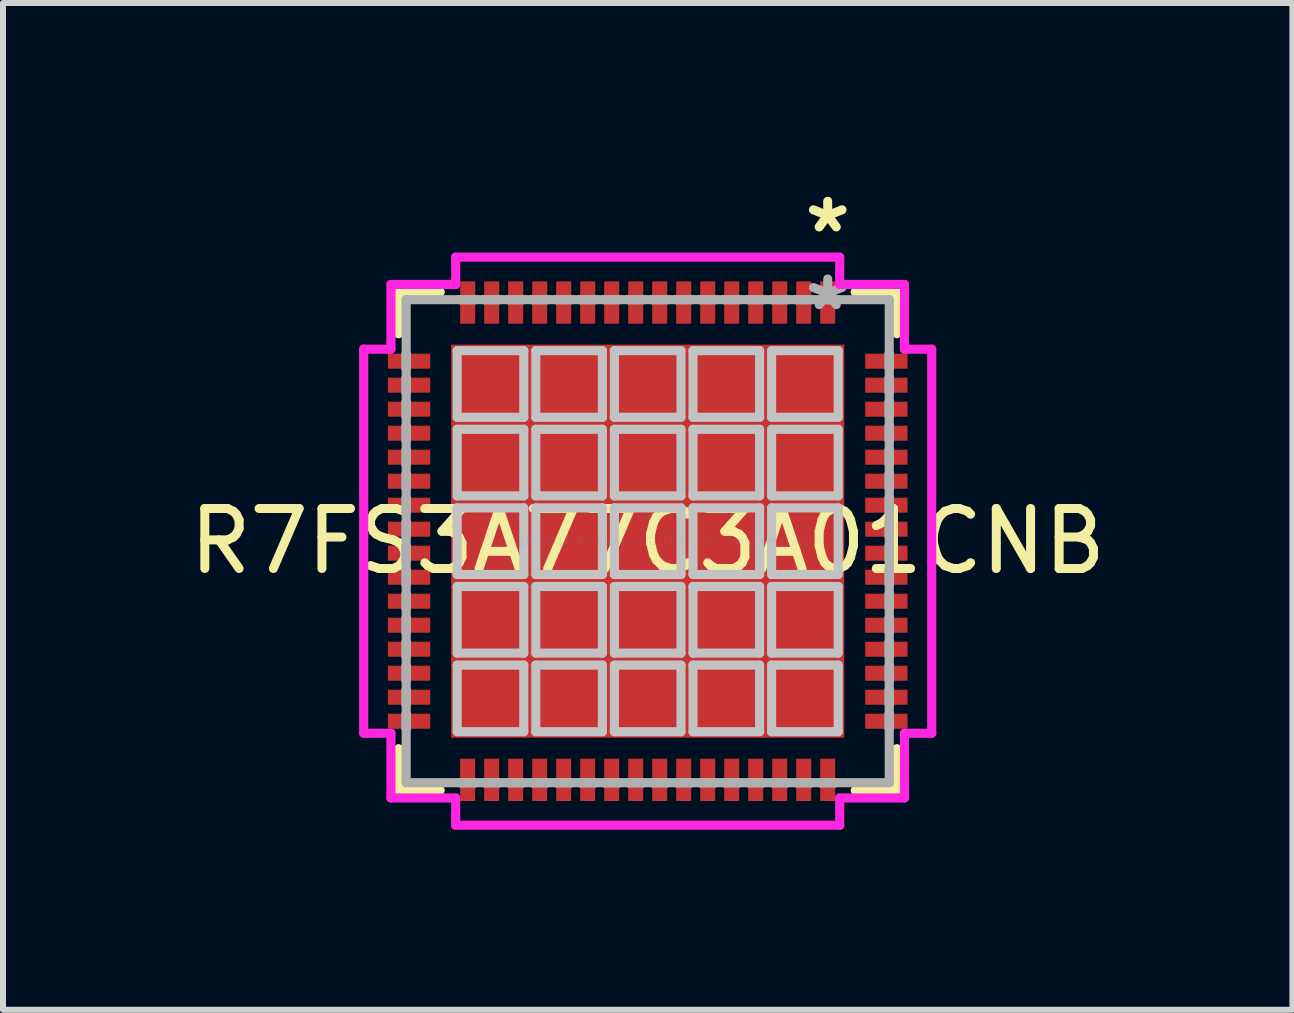
<source format=kicad_pcb>
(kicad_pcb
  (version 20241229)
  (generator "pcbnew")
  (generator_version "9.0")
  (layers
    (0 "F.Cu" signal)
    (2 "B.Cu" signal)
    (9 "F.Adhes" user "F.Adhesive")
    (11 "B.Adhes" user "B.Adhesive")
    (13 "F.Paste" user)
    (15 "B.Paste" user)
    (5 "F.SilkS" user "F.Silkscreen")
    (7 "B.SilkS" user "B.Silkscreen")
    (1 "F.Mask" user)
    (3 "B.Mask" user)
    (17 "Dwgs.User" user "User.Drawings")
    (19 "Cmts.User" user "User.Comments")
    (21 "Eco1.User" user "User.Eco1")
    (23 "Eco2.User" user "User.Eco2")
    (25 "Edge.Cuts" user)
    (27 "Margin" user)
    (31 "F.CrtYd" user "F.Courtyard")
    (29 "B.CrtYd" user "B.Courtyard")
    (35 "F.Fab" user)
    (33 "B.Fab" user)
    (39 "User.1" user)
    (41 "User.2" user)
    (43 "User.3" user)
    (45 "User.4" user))
  (footprint "R7FS3A77C3A01CNB"
    (layer "F.Cu")
    (at 7.744 5.969)
    (property "Reference" "R7FS3A77C3A01CNB" (at 0 0 0) (layer "F.SilkS") (effects (font (size 1 1) (thickness 0.15))))
    (attr through_hole)
    (fp_line (start -4.152 -4.152) (end -4.152 -3.458) (stroke (width 0.152) (type solid)) (layer "F.SilkS"))
    (fp_line (start -4.152 3.458) (end -4.152 4.152) (stroke (width 0.152) (type solid)) (layer "F.SilkS"))
    (fp_line (start -4.152 4.152) (end -3.458 4.152) (stroke (width 0.152) (type solid)) (layer "F.SilkS"))
    (fp_line (start -3.458 -4.152) (end -4.152 -4.152) (stroke (width 0.152) (type solid)) (layer "F.SilkS"))
    (fp_line (start 3.458 4.152) (end 4.152 4.152) (stroke (width 0.152) (type solid)) (layer "F.SilkS"))
    (fp_line (start 4.152 -4.152) (end 3.458 -4.152) (stroke (width 0.152) (type solid)) (layer "F.SilkS"))
    (fp_line (start 4.152 -3.458) (end 4.152 -4.152) (stroke (width 0.152) (type solid)) (layer "F.SilkS"))
    (fp_line (start 4.152 4.152) (end 4.152 3.458) (stroke (width 0.152) (type solid)) (layer "F.SilkS"))
    (fp_line (start -3.175 -3.175) (end -3.175 -2.065) (stroke (width 0.152) (type solid)) (layer "Dwgs.User"))
    (fp_line (start -3.175 -2.065) (end -2.065 -2.065) (stroke (width 0.152) (type solid)) (layer "Dwgs.User"))
    (fp_line (start -3.175 -1.865) (end -3.175 -0.755) (stroke (width 0.152) (type solid)) (layer "Dwgs.User"))
    (fp_line (start -3.175 -0.755) (end -2.065 -0.755) (stroke (width 0.152) (type solid)) (layer "Dwgs.User"))
    (fp_line (start -3.175 -0.555) (end -3.175 0.555) (stroke (width 0.152) (type solid)) (layer "Dwgs.User"))
    (fp_line (start -3.175 0.555) (end -2.065 0.555) (stroke (width 0.152) (type solid)) (layer "Dwgs.User"))
    (fp_line (start -3.175 0.755) (end -3.175 1.865) (stroke (width 0.152) (type solid)) (layer "Dwgs.User"))
    (fp_line (start -3.175 1.865) (end -2.065 1.865) (stroke (width 0.152) (type solid)) (layer "Dwgs.User"))
    (fp_line (start -3.175 2.065) (end -3.175 3.175) (stroke (width 0.152) (type solid)) (layer "Dwgs.User"))
    (fp_line (start -3.175 3.175) (end -2.065 3.175) (stroke (width 0.152) (type solid)) (layer "Dwgs.User"))
    (fp_line (start -2.065 -3.175) (end -3.175 -3.175) (stroke (width 0.152) (type solid)) (layer "Dwgs.User"))
    (fp_line (start -2.065 -2.065) (end -2.065 -3.175) (stroke (width 0.152) (type solid)) (layer "Dwgs.User"))
    (fp_line (start -2.065 -1.865) (end -3.175 -1.865) (stroke (width 0.152) (type solid)) (layer "Dwgs.User"))
    (fp_line (start -2.065 -0.755) (end -2.065 -1.865) (stroke (width 0.152) (type solid)) (layer "Dwgs.User"))
    (fp_line (start -2.065 -0.555) (end -3.175 -0.555) (stroke (width 0.152) (type solid)) (layer "Dwgs.User"))
    (fp_line (start -2.065 0.555) (end -2.065 -0.555) (stroke (width 0.152) (type solid)) (layer "Dwgs.User"))
    (fp_line (start -2.065 0.755) (end -3.175 0.755) (stroke (width 0.152) (type solid)) (layer "Dwgs.User"))
    (fp_line (start -2.065 1.865) (end -2.065 0.755) (stroke (width 0.152) (type solid)) (layer "Dwgs.User"))
    (fp_line (start -2.065 2.065) (end -3.175 2.065) (stroke (width 0.152) (type solid)) (layer "Dwgs.User"))
    (fp_line (start -2.065 3.175) (end -2.065 2.065) (stroke (width 0.152) (type solid)) (layer "Dwgs.User"))
    (fp_line (start -1.865 -3.175) (end -1.865 -2.065) (stroke (width 0.152) (type solid)) (layer "Dwgs.User"))
    (fp_line (start -1.865 -2.065) (end -0.755 -2.065) (stroke (width 0.152) (type solid)) (layer "Dwgs.User"))
    (fp_line (start -1.865 -1.865) (end -1.865 -0.755) (stroke (width 0.152) (type solid)) (layer "Dwgs.User"))
    (fp_line (start -1.865 -0.755) (end -0.755 -0.755) (stroke (width 0.152) (type solid)) (layer "Dwgs.User"))
    (fp_line (start -1.865 -0.555) (end -1.865 0.555) (stroke (width 0.152) (type solid)) (layer "Dwgs.User"))
    (fp_line (start -1.865 0.555) (end -0.755 0.555) (stroke (width 0.152) (type solid)) (layer "Dwgs.User"))
    (fp_line (start -1.865 0.755) (end -1.865 1.865) (stroke (width 0.152) (type solid)) (layer "Dwgs.User"))
    (fp_line (start -1.865 1.865) (end -0.755 1.865) (stroke (width 0.152) (type solid)) (layer "Dwgs.User"))
    (fp_line (start -1.865 2.065) (end -1.865 3.175) (stroke (width 0.152) (type solid)) (layer "Dwgs.User"))
    (fp_line (start -1.865 3.175) (end -0.755 3.175) (stroke (width 0.152) (type solid)) (layer "Dwgs.User"))
    (fp_line (start -0.755 -3.175) (end -1.865 -3.175) (stroke (width 0.152) (type solid)) (layer "Dwgs.User"))
    (fp_line (start -0.755 -2.065) (end -0.755 -3.175) (stroke (width 0.152) (type solid)) (layer "Dwgs.User"))
    (fp_line (start -0.755 -1.865) (end -1.865 -1.865) (stroke (width 0.152) (type solid)) (layer "Dwgs.User"))
    (fp_line (start -0.755 -0.755) (end -0.755 -1.865) (stroke (width 0.152) (type solid)) (layer "Dwgs.User"))
    (fp_line (start -0.755 -0.555) (end -1.865 -0.555) (stroke (width 0.152) (type solid)) (layer "Dwgs.User"))
    (fp_line (start -0.755 0.555) (end -0.755 -0.555) (stroke (width 0.152) (type solid)) (layer "Dwgs.User"))
    (fp_line (start -0.755 0.755) (end -1.865 0.755) (stroke (width 0.152) (type solid)) (layer "Dwgs.User"))
    (fp_line (start -0.755 1.865) (end -0.755 0.755) (stroke (width 0.152) (type solid)) (layer "Dwgs.User"))
    (fp_line (start -0.755 2.065) (end -1.865 2.065) (stroke (width 0.152) (type solid)) (layer "Dwgs.User"))
    (fp_line (start -0.755 3.175) (end -0.755 2.065) (stroke (width 0.152) (type solid)) (layer "Dwgs.User"))
    (fp_line (start -0.555 -3.175) (end -0.555 -2.065) (stroke (width 0.152) (type solid)) (layer "Dwgs.User"))
    (fp_line (start -0.555 -2.065) (end 0.555 -2.065) (stroke (width 0.152) (type solid)) (layer "Dwgs.User"))
    (fp_line (start -0.555 -1.865) (end -0.555 -0.755) (stroke (width 0.152) (type solid)) (layer "Dwgs.User"))
    (fp_line (start -0.555 -0.755) (end 0.555 -0.755) (stroke (width 0.152) (type solid)) (layer "Dwgs.User"))
    (fp_line (start -0.555 -0.555) (end -0.555 0.555) (stroke (width 0.152) (type solid)) (layer "Dwgs.User"))
    (fp_line (start -0.555 0.555) (end 0.555 0.555) (stroke (width 0.152) (type solid)) (layer "Dwgs.User"))
    (fp_line (start -0.555 0.755) (end -0.555 1.865) (stroke (width 0.152) (type solid)) (layer "Dwgs.User"))
    (fp_line (start -0.555 1.865) (end 0.555 1.865) (stroke (width 0.152) (type solid)) (layer "Dwgs.User"))
    (fp_line (start -0.555 2.065) (end -0.555 3.175) (stroke (width 0.152) (type solid)) (layer "Dwgs.User"))
    (fp_line (start -0.555 3.175) (end 0.555 3.175) (stroke (width 0.152) (type solid)) (layer "Dwgs.User"))
    (fp_line (start 0.555 -3.175) (end -0.555 -3.175) (stroke (width 0.152) (type solid)) (layer "Dwgs.User"))
    (fp_line (start 0.555 -2.065) (end 0.555 -3.175) (stroke (width 0.152) (type solid)) (layer "Dwgs.User"))
    (fp_line (start 0.555 -1.865) (end -0.555 -1.865) (stroke (width 0.152) (type solid)) (layer "Dwgs.User"))
    (fp_line (start 0.555 -0.755) (end 0.555 -1.865) (stroke (width 0.152) (type solid)) (layer "Dwgs.User"))
    (fp_line (start 0.555 -0.555) (end -0.555 -0.555) (stroke (width 0.152) (type solid)) (layer "Dwgs.User"))
    (fp_line (start 0.555 0.555) (end 0.555 -0.555) (stroke (width 0.152) (type solid)) (layer "Dwgs.User"))
    (fp_line (start 0.555 0.755) (end -0.555 0.755) (stroke (width 0.152) (type solid)) (layer "Dwgs.User"))
    (fp_line (start 0.555 1.865) (end 0.555 0.755) (stroke (width 0.152) (type solid)) (layer "Dwgs.User"))
    (fp_line (start 0.555 2.065) (end -0.555 2.065) (stroke (width 0.152) (type solid)) (layer "Dwgs.User"))
    (fp_line (start 0.555 3.175) (end 0.555 2.065) (stroke (width 0.152) (type solid)) (layer "Dwgs.User"))
    (fp_line (start 0.755 -3.175) (end 0.755 -2.065) (stroke (width 0.152) (type solid)) (layer "Dwgs.User"))
    (fp_line (start 0.755 -2.065) (end 1.865 -2.065) (stroke (width 0.152) (type solid)) (layer "Dwgs.User"))
    (fp_line (start 0.755 -1.865) (end 0.755 -0.755) (stroke (width 0.152) (type solid)) (layer "Dwgs.User"))
    (fp_line (start 0.755 -0.755) (end 1.865 -0.755) (stroke (width 0.152) (type solid)) (layer "Dwgs.User"))
    (fp_line (start 0.755 -0.555) (end 0.755 0.555) (stroke (width 0.152) (type solid)) (layer "Dwgs.User"))
    (fp_line (start 0.755 0.555) (end 1.865 0.555) (stroke (width 0.152) (type solid)) (layer "Dwgs.User"))
    (fp_line (start 0.755 0.755) (end 0.755 1.865) (stroke (width 0.152) (type solid)) (layer "Dwgs.User"))
    (fp_line (start 0.755 1.865) (end 1.865 1.865) (stroke (width 0.152) (type solid)) (layer "Dwgs.User"))
    (fp_line (start 0.755 2.065) (end 0.755 3.175) (stroke (width 0.152) (type solid)) (layer "Dwgs.User"))
    (fp_line (start 0.755 3.175) (end 1.865 3.175) (stroke (width 0.152) (type solid)) (layer "Dwgs.User"))
    (fp_line (start 1.865 -3.175) (end 0.755 -3.175) (stroke (width 0.152) (type solid)) (layer "Dwgs.User"))
    (fp_line (start 1.865 -2.065) (end 1.865 -3.175) (stroke (width 0.152) (type solid)) (layer "Dwgs.User"))
    (fp_line (start 1.865 -1.865) (end 0.755 -1.865) (stroke (width 0.152) (type solid)) (layer "Dwgs.User"))
    (fp_line (start 1.865 -0.755) (end 1.865 -1.865) (stroke (width 0.152) (type solid)) (layer "Dwgs.User"))
    (fp_line (start 1.865 -0.555) (end 0.755 -0.555) (stroke (width 0.152) (type solid)) (layer "Dwgs.User"))
    (fp_line (start 1.865 0.555) (end 1.865 -0.555) (stroke (width 0.152) (type solid)) (layer "Dwgs.User"))
    (fp_line (start 1.865 0.755) (end 0.755 0.755) (stroke (width 0.152) (type solid)) (layer "Dwgs.User"))
    (fp_line (start 1.865 1.865) (end 1.865 0.755) (stroke (width 0.152) (type solid)) (layer "Dwgs.User"))
    (fp_line (start 1.865 2.065) (end 0.755 2.065) (stroke (width 0.152) (type solid)) (layer "Dwgs.User"))
    (fp_line (start 1.865 3.175) (end 1.865 2.065) (stroke (width 0.152) (type solid)) (layer "Dwgs.User"))
    (fp_line (start 2.065 -3.175) (end 2.065 -2.065) (stroke (width 0.152) (type solid)) (layer "Dwgs.User"))
    (fp_line (start 2.065 -2.065) (end 3.175 -2.065) (stroke (width 0.152) (type solid)) (layer "Dwgs.User"))
    (fp_line (start 2.065 -1.865) (end 2.065 -0.755) (stroke (width 0.152) (type solid)) (layer "Dwgs.User"))
    (fp_line (start 2.065 -0.755) (end 3.175 -0.755) (stroke (width 0.152) (type solid)) (layer "Dwgs.User"))
    (fp_line (start 2.065 -0.555) (end 2.065 0.555) (stroke (width 0.152) (type solid)) (layer "Dwgs.User"))
    (fp_line (start 2.065 0.555) (end 3.175 0.555) (stroke (width 0.152) (type solid)) (layer "Dwgs.User"))
    (fp_line (start 2.065 0.755) (end 2.065 1.865) (stroke (width 0.152) (type solid)) (layer "Dwgs.User"))
    (fp_line (start 2.065 1.865) (end 3.175 1.865) (stroke (width 0.152) (type solid)) (layer "Dwgs.User"))
    (fp_line (start 2.065 2.065) (end 2.065 3.175) (stroke (width 0.152) (type solid)) (layer "Dwgs.User"))
    (fp_line (start 2.065 3.175) (end 3.175 3.175) (stroke (width 0.152) (type solid)) (layer "Dwgs.User"))
    (fp_line (start 3.175 -3.175) (end 2.065 -3.175) (stroke (width 0.152) (type solid)) (layer "Dwgs.User"))
    (fp_line (start 3.175 -2.065) (end 3.175 -3.175) (stroke (width 0.152) (type solid)) (layer "Dwgs.User"))
    (fp_line (start 3.175 -1.865) (end 2.065 -1.865) (stroke (width 0.152) (type solid)) (layer "Dwgs.User"))
    (fp_line (start 3.175 -0.755) (end 3.175 -1.865) (stroke (width 0.152) (type solid)) (layer "Dwgs.User"))
    (fp_line (start 3.175 -0.555) (end 2.065 -0.555) (stroke (width 0.152) (type solid)) (layer "Dwgs.User"))
    (fp_line (start 3.175 0.555) (end 3.175 -0.555) (stroke (width 0.152) (type solid)) (layer "Dwgs.User"))
    (fp_line (start 3.175 0.755) (end 2.065 0.755) (stroke (width 0.152) (type solid)) (layer "Dwgs.User"))
    (fp_line (start 3.175 1.865) (end 3.175 0.755) (stroke (width 0.152) (type solid)) (layer "Dwgs.User"))
    (fp_line (start 3.175 2.065) (end 2.065 2.065) (stroke (width 0.152) (type solid)) (layer "Dwgs.User"))
    (fp_line (start 3.175 3.175) (end 3.175 2.065) (stroke (width 0.152) (type solid)) (layer "Dwgs.User"))
    (fp_line (start -4.733 -3.2) (end -4.279 -3.2) (stroke (width 0.152) (type solid)) (layer "F.CrtYd"))
    (fp_line (start -4.733 3.2) (end -4.733 -3.2) (stroke (width 0.152) (type solid)) (layer "F.CrtYd"))
    (fp_line (start -4.279 -4.279) (end -3.2 -4.279) (stroke (width 0.152) (type solid)) (layer "F.CrtYd"))
    (fp_line (start -4.279 -3.2) (end -4.279 -4.279) (stroke (width 0.152) (type solid)) (layer "F.CrtYd"))
    (fp_line (start -4.279 3.2) (end -4.733 3.2) (stroke (width 0.152) (type solid)) (layer "F.CrtYd"))
    (fp_line (start -4.279 4.279) (end -4.279 3.2) (stroke (width 0.152) (type solid)) (layer "F.CrtYd"))
    (fp_line (start -3.2 -4.733) (end 3.2 -4.733) (stroke (width 0.152) (type solid)) (layer "F.CrtYd"))
    (fp_line (start -3.2 -4.279) (end -3.2 -4.733) (stroke (width 0.152) (type solid)) (layer "F.CrtYd"))
    (fp_line (start -3.2 4.279) (end -4.279 4.279) (stroke (width 0.152) (type solid)) (layer "F.CrtYd"))
    (fp_line (start -3.2 4.733) (end -3.2 4.279) (stroke (width 0.152) (type solid)) (layer "F.CrtYd"))
    (fp_line (start 3.2 -4.733) (end 3.2 -4.279) (stroke (width 0.152) (type solid)) (layer "F.CrtYd"))
    (fp_line (start 3.2 -4.279) (end 4.279 -4.279) (stroke (width 0.152) (type solid)) (layer "F.CrtYd"))
    (fp_line (start 3.2 4.279) (end 3.2 4.733) (stroke (width 0.152) (type solid)) (layer "F.CrtYd"))
    (fp_line (start 3.2 4.733) (end -3.2 4.733) (stroke (width 0.152) (type solid)) (layer "F.CrtYd"))
    (fp_line (start 4.279 -4.279) (end 4.279 -3.2) (stroke (width 0.152) (type solid)) (layer "F.CrtYd"))
    (fp_line (start 4.279 -3.2) (end 4.733 -3.2) (stroke (width 0.152) (type solid)) (layer "F.CrtYd"))
    (fp_line (start 4.279 3.2) (end 4.279 4.279) (stroke (width 0.152) (type solid)) (layer "F.CrtYd"))
    (fp_line (start 4.279 4.279) (end 3.2 4.279) (stroke (width 0.152) (type solid)) (layer "F.CrtYd"))
    (fp_line (start 4.733 -3.2) (end 4.733 3.2) (stroke (width 0.152) (type solid)) (layer "F.CrtYd"))
    (fp_line (start 4.733 3.2) (end 4.279 3.2) (stroke (width 0.152) (type solid)) (layer "F.CrtYd"))
    (fp_line (start -4.025 -4.025) (end -4.025 4.025) (stroke (width 0.152) (type solid)) (layer "F.Fab"))
    (fp_line (start -4.025 -3.125) (end -4.025 -3.125) (stroke (width 0.152) (type solid)) (layer "F.Fab"))
    (fp_line (start -4.025 -3.125) (end -4.025 -2.875) (stroke (width 0.152) (type solid)) (layer "F.Fab"))
    (fp_line (start -4.025 -2.875) (end -4.025 -3.125) (stroke (width 0.152) (type solid)) (layer "F.Fab"))
    (fp_line (start -4.025 -2.875) (end -4.025 -2.875) (stroke (width 0.152) (type solid)) (layer "F.Fab"))
    (fp_line (start -4.025 -2.725) (end -4.025 -2.725) (stroke (width 0.152) (type solid)) (layer "F.Fab"))
    (fp_line (start -4.025 -2.725) (end -4.025 -2.475) (stroke (width 0.152) (type solid)) (layer "F.Fab"))
    (fp_line (start -4.025 -2.475) (end -4.025 -2.725) (stroke (width 0.152) (type solid)) (layer "F.Fab"))
    (fp_line (start -4.025 -2.475) (end -4.025 -2.475) (stroke (width 0.152) (type solid)) (layer "F.Fab"))
    (fp_line (start -4.025 -2.325) (end -4.025 -2.325) (stroke (width 0.152) (type solid)) (layer "F.Fab"))
    (fp_line (start -4.025 -2.325) (end -4.025 -2.075) (stroke (width 0.152) (type solid)) (layer "F.Fab"))
    (fp_line (start -4.025 -2.075) (end -4.025 -2.325) (stroke (width 0.152) (type solid)) (layer "F.Fab"))
    (fp_line (start -4.025 -2.075) (end -4.025 -2.075) (stroke (width 0.152) (type solid)) (layer "F.Fab"))
    (fp_line (start -4.025 -1.925) (end -4.025 -1.925) (stroke (width 0.152) (type solid)) (layer "F.Fab"))
    (fp_line (start -4.025 -1.925) (end -4.025 -1.675) (stroke (width 0.152) (type solid)) (layer "F.Fab"))
    (fp_line (start -4.025 -1.675) (end -4.025 -1.925) (stroke (width 0.152) (type solid)) (layer "F.Fab"))
    (fp_line (start -4.025 -1.675) (end -4.025 -1.675) (stroke (width 0.152) (type solid)) (layer "F.Fab"))
    (fp_line (start -4.025 -1.525) (end -4.025 -1.525) (stroke (width 0.152) (type solid)) (layer "F.Fab"))
    (fp_line (start -4.025 -1.525) (end -4.025 -1.275) (stroke (width 0.152) (type solid)) (layer "F.Fab"))
    (fp_line (start -4.025 -1.275) (end -4.025 -1.525) (stroke (width 0.152) (type solid)) (layer "F.Fab"))
    (fp_line (start -4.025 -1.275) (end -4.025 -1.275) (stroke (width 0.152) (type solid)) (layer "F.Fab"))
    (fp_line (start -4.025 -1.125) (end -4.025 -1.125) (stroke (width 0.152) (type solid)) (layer "F.Fab"))
    (fp_line (start -4.025 -1.125) (end -4.025 -0.875) (stroke (width 0.152) (type solid)) (layer "F.Fab"))
    (fp_line (start -4.025 -0.875) (end -4.025 -1.125) (stroke (width 0.152) (type solid)) (layer "F.Fab"))
    (fp_line (start -4.025 -0.875) (end -4.025 -0.875) (stroke (width 0.152) (type solid)) (layer "F.Fab"))
    (fp_line (start -4.025 -0.725) (end -4.025 -0.725) (stroke (width 0.152) (type solid)) (layer "F.Fab"))
    (fp_line (start -4.025 -0.725) (end -4.025 -0.475) (stroke (width 0.152) (type solid)) (layer "F.Fab"))
    (fp_line (start -4.025 -0.475) (end -4.025 -0.725) (stroke (width 0.152) (type solid)) (layer "F.Fab"))
    (fp_line (start -4.025 -0.475) (end -4.025 -0.475) (stroke (width 0.152) (type solid)) (layer "F.Fab"))
    (fp_line (start -4.025 -0.325) (end -4.025 -0.325) (stroke (width 0.152) (type solid)) (layer "F.Fab"))
    (fp_line (start -4.025 -0.325) (end -4.025 -0.075) (stroke (width 0.152) (type solid)) (layer "F.Fab"))
    (fp_line (start -4.025 -0.075) (end -4.025 -0.325) (stroke (width 0.152) (type solid)) (layer "F.Fab"))
    (fp_line (start -4.025 -0.075) (end -4.025 -0.075) (stroke (width 0.152) (type solid)) (layer "F.Fab"))
    (fp_line (start -4.025 0.075) (end -4.025 0.075) (stroke (width 0.152) (type solid)) (layer "F.Fab"))
    (fp_line (start -4.025 0.075) (end -4.025 0.325) (stroke (width 0.152) (type solid)) (layer "F.Fab"))
    (fp_line (start -4.025 0.325) (end -4.025 0.075) (stroke (width 0.152) (type solid)) (layer "F.Fab"))
    (fp_line (start -4.025 0.325) (end -4.025 0.325) (stroke (width 0.152) (type solid)) (layer "F.Fab"))
    (fp_line (start -4.025 0.475) (end -4.025 0.475) (stroke (width 0.152) (type solid)) (layer "F.Fab"))
    (fp_line (start -4.025 0.475) (end -4.025 0.725) (stroke (width 0.152) (type solid)) (layer "F.Fab"))
    (fp_line (start -4.025 0.725) (end -4.025 0.475) (stroke (width 0.152) (type solid)) (layer "F.Fab"))
    (fp_line (start -4.025 0.725) (end -4.025 0.725) (stroke (width 0.152) (type solid)) (layer "F.Fab"))
    (fp_line (start -4.025 0.875) (end -4.025 0.875) (stroke (width 0.152) (type solid)) (layer "F.Fab"))
    (fp_line (start -4.025 0.875) (end -4.025 1.125) (stroke (width 0.152) (type solid)) (layer "F.Fab"))
    (fp_line (start -4.025 1.125) (end -4.025 0.875) (stroke (width 0.152) (type solid)) (layer "F.Fab"))
    (fp_line (start -4.025 1.125) (end -4.025 1.125) (stroke (width 0.152) (type solid)) (layer "F.Fab"))
    (fp_line (start -4.025 1.275) (end -4.025 1.275) (stroke (width 0.152) (type solid)) (layer "F.Fab"))
    (fp_line (start -4.025 1.275) (end -4.025 1.525) (stroke (width 0.152) (type solid)) (layer "F.Fab"))
    (fp_line (start -4.025 1.525) (end -4.025 1.275) (stroke (width 0.152) (type solid)) (layer "F.Fab"))
    (fp_line (start -4.025 1.525) (end -4.025 1.525) (stroke (width 0.152) (type solid)) (layer "F.Fab"))
    (fp_line (start -4.025 1.675) (end -4.025 1.675) (stroke (width 0.152) (type solid)) (layer "F.Fab"))
    (fp_line (start -4.025 1.675) (end -4.025 1.925) (stroke (width 0.152) (type solid)) (layer "F.Fab"))
    (fp_line (start -4.025 1.925) (end -4.025 1.675) (stroke (width 0.152) (type solid)) (layer "F.Fab"))
    (fp_line (start -4.025 1.925) (end -4.025 1.925) (stroke (width 0.152) (type solid)) (layer "F.Fab"))
    (fp_line (start -4.025 2.075) (end -4.025 2.075) (stroke (width 0.152) (type solid)) (layer "F.Fab"))
    (fp_line (start -4.025 2.075) (end -4.025 2.325) (stroke (width 0.152) (type solid)) (layer "F.Fab"))
    (fp_line (start -4.025 2.325) (end -4.025 2.075) (stroke (width 0.152) (type solid)) (layer "F.Fab"))
    (fp_line (start -4.025 2.325) (end -4.025 2.325) (stroke (width 0.152) (type solid)) (layer "F.Fab"))
    (fp_line (start -4.025 2.475) (end -4.025 2.475) (stroke (width 0.152) (type solid)) (layer "F.Fab"))
    (fp_line (start -4.025 2.475) (end -4.025 2.725) (stroke (width 0.152) (type solid)) (layer "F.Fab"))
    (fp_line (start -4.025 2.725) (end -4.025 2.475) (stroke (width 0.152) (type solid)) (layer "F.Fab"))
    (fp_line (start -4.025 2.725) (end -4.025 2.725) (stroke (width 0.152) (type solid)) (layer "F.Fab"))
    (fp_line (start -4.025 2.875) (end -4.025 2.875) (stroke (width 0.152) (type solid)) (layer "F.Fab"))
    (fp_line (start -4.025 2.875) (end -4.025 3.125) (stroke (width 0.152) (type solid)) (layer "F.Fab"))
    (fp_line (start -4.025 3.125) (end -4.025 2.875) (stroke (width 0.152) (type solid)) (layer "F.Fab"))
    (fp_line (start -4.025 3.125) (end -4.025 3.125) (stroke (width 0.152) (type solid)) (layer "F.Fab"))
    (fp_line (start -4.025 4.025) (end 4.025 4.025) (stroke (width 0.152) (type solid)) (layer "F.Fab"))
    (fp_line (start -3.125 -4.025) (end -3.125 -4.025) (stroke (width 0.152) (type solid)) (layer "F.Fab"))
    (fp_line (start -3.125 -4.025) (end -2.875 -4.025) (stroke (width 0.152) (type solid)) (layer "F.Fab"))
    (fp_line (start -3.125 4.025) (end -3.125 4.025) (stroke (width 0.152) (type solid)) (layer "F.Fab"))
    (fp_line (start -3.125 4.025) (end -2.875 4.025) (stroke (width 0.152) (type solid)) (layer "F.Fab"))
    (fp_line (start -2.875 -4.025) (end -3.125 -4.025) (stroke (width 0.152) (type solid)) (layer "F.Fab"))
    (fp_line (start -2.875 -4.025) (end -2.875 -4.025) (stroke (width 0.152) (type solid)) (layer "F.Fab"))
    (fp_line (start -2.875 4.025) (end -3.125 4.025) (stroke (width 0.152) (type solid)) (layer "F.Fab"))
    (fp_line (start -2.875 4.025) (end -2.875 4.025) (stroke (width 0.152) (type solid)) (layer "F.Fab"))
    (fp_line (start -2.725 -4.025) (end -2.725 -4.025) (stroke (width 0.152) (type solid)) (layer "F.Fab"))
    (fp_line (start -2.725 -4.025) (end -2.475 -4.025) (stroke (width 0.152) (type solid)) (layer "F.Fab"))
    (fp_line (start -2.725 4.025) (end -2.725 4.025) (stroke (width 0.152) (type solid)) (layer "F.Fab"))
    (fp_line (start -2.725 4.025) (end -2.475 4.025) (stroke (width 0.152) (type solid)) (layer "F.Fab"))
    (fp_line (start -2.475 -4.025) (end -2.725 -4.025) (stroke (width 0.152) (type solid)) (layer "F.Fab"))
    (fp_line (start -2.475 -4.025) (end -2.475 -4.025) (stroke (width 0.152) (type solid)) (layer "F.Fab"))
    (fp_line (start -2.475 4.025) (end -2.725 4.025) (stroke (width 0.152) (type solid)) (layer "F.Fab"))
    (fp_line (start -2.475 4.025) (end -2.475 4.025) (stroke (width 0.152) (type solid)) (layer "F.Fab"))
    (fp_line (start -2.325 -4.025) (end -2.325 -4.025) (stroke (width 0.152) (type solid)) (layer "F.Fab"))
    (fp_line (start -2.325 -4.025) (end -2.075 -4.025) (stroke (width 0.152) (type solid)) (layer "F.Fab"))
    (fp_line (start -2.325 4.025) (end -2.325 4.025) (stroke (width 0.152) (type solid)) (layer "F.Fab"))
    (fp_line (start -2.325 4.025) (end -2.075 4.025) (stroke (width 0.152) (type solid)) (layer "F.Fab"))
    (fp_line (start -2.075 -4.025) (end -2.325 -4.025) (stroke (width 0.152) (type solid)) (layer "F.Fab"))
    (fp_line (start -2.075 -4.025) (end -2.075 -4.025) (stroke (width 0.152) (type solid)) (layer "F.Fab"))
    (fp_line (start -2.075 4.025) (end -2.325 4.025) (stroke (width 0.152) (type solid)) (layer "F.Fab"))
    (fp_line (start -2.075 4.025) (end -2.075 4.025) (stroke (width 0.152) (type solid)) (layer "F.Fab"))
    (fp_line (start -1.925 -4.025) (end -1.925 -4.025) (stroke (width 0.152) (type solid)) (layer "F.Fab"))
    (fp_line (start -1.925 -4.025) (end -1.675 -4.025) (stroke (width 0.152) (type solid)) (layer "F.Fab"))
    (fp_line (start -1.925 4.025) (end -1.925 4.025) (stroke (width 0.152) (type solid)) (layer "F.Fab"))
    (fp_line (start -1.925 4.025) (end -1.675 4.025) (stroke (width 0.152) (type solid)) (layer "F.Fab"))
    (fp_line (start -1.675 -4.025) (end -1.925 -4.025) (stroke (width 0.152) (type solid)) (layer "F.Fab"))
    (fp_line (start -1.675 -4.025) (end -1.675 -4.025) (stroke (width 0.152) (type solid)) (layer "F.Fab"))
    (fp_line (start -1.675 4.025) (end -1.925 4.025) (stroke (width 0.152) (type solid)) (layer "F.Fab"))
    (fp_line (start -1.675 4.025) (end -1.675 4.025) (stroke (width 0.152) (type solid)) (layer "F.Fab"))
    (fp_line (start -1.525 -4.025) (end -1.525 -4.025) (stroke (width 0.152) (type solid)) (layer "F.Fab"))
    (fp_line (start -1.525 -4.025) (end -1.275 -4.025) (stroke (width 0.152) (type solid)) (layer "F.Fab"))
    (fp_line (start -1.525 4.025) (end -1.525 4.025) (stroke (width 0.152) (type solid)) (layer "F.Fab"))
    (fp_line (start -1.525 4.025) (end -1.275 4.025) (stroke (width 0.152) (type solid)) (layer "F.Fab"))
    (fp_line (start -1.275 -4.025) (end -1.525 -4.025) (stroke (width 0.152) (type solid)) (layer "F.Fab"))
    (fp_line (start -1.275 -4.025) (end -1.275 -4.025) (stroke (width 0.152) (type solid)) (layer "F.Fab"))
    (fp_line (start -1.275 4.025) (end -1.525 4.025) (stroke (width 0.152) (type solid)) (layer "F.Fab"))
    (fp_line (start -1.275 4.025) (end -1.275 4.025) (stroke (width 0.152) (type solid)) (layer "F.Fab"))
    (fp_line (start -1.125 -4.025) (end -1.125 -4.025) (stroke (width 0.152) (type solid)) (layer "F.Fab"))
    (fp_line (start -1.125 -4.025) (end -0.875 -4.025) (stroke (width 0.152) (type solid)) (layer "F.Fab"))
    (fp_line (start -1.125 4.025) (end -1.125 4.025) (stroke (width 0.152) (type solid)) (layer "F.Fab"))
    (fp_line (start -1.125 4.025) (end -0.875 4.025) (stroke (width 0.152) (type solid)) (layer "F.Fab"))
    (fp_line (start -0.875 -4.025) (end -1.125 -4.025) (stroke (width 0.152) (type solid)) (layer "F.Fab"))
    (fp_line (start -0.875 -4.025) (end -0.875 -4.025) (stroke (width 0.152) (type solid)) (layer "F.Fab"))
    (fp_line (start -0.875 4.025) (end -1.125 4.025) (stroke (width 0.152) (type solid)) (layer "F.Fab"))
    (fp_line (start -0.875 4.025) (end -0.875 4.025) (stroke (width 0.152) (type solid)) (layer "F.Fab"))
    (fp_line (start -0.725 -4.025) (end -0.725 -4.025) (stroke (width 0.152) (type solid)) (layer "F.Fab"))
    (fp_line (start -0.725 -4.025) (end -0.475 -4.025) (stroke (width 0.152) (type solid)) (layer "F.Fab"))
    (fp_line (start -0.725 4.025) (end -0.725 4.025) (stroke (width 0.152) (type solid)) (layer "F.Fab"))
    (fp_line (start -0.725 4.025) (end -0.475 4.025) (stroke (width 0.152) (type solid)) (layer "F.Fab"))
    (fp_line (start -0.475 -4.025) (end -0.725 -4.025) (stroke (width 0.152) (type solid)) (layer "F.Fab"))
    (fp_line (start -0.475 -4.025) (end -0.475 -4.025) (stroke (width 0.152) (type solid)) (layer "F.Fab"))
    (fp_line (start -0.475 4.025) (end -0.725 4.025) (stroke (width 0.152) (type solid)) (layer "F.Fab"))
    (fp_line (start -0.475 4.025) (end -0.475 4.025) (stroke (width 0.152) (type solid)) (layer "F.Fab"))
    (fp_line (start -0.325 -4.025) (end -0.325 -4.025) (stroke (width 0.152) (type solid)) (layer "F.Fab"))
    (fp_line (start -0.325 -4.025) (end -0.075 -4.025) (stroke (width 0.152) (type solid)) (layer "F.Fab"))
    (fp_line (start -0.325 4.025) (end -0.325 4.025) (stroke (width 0.152) (type solid)) (layer "F.Fab"))
    (fp_line (start -0.325 4.025) (end -0.075 4.025) (stroke (width 0.152) (type solid)) (layer "F.Fab"))
    (fp_line (start -0.075 -4.025) (end -0.325 -4.025) (stroke (width 0.152) (type solid)) (layer "F.Fab"))
    (fp_line (start -0.075 -4.025) (end -0.075 -4.025) (stroke (width 0.152) (type solid)) (layer "F.Fab"))
    (fp_line (start -0.075 4.025) (end -0.325 4.025) (stroke (width 0.152) (type solid)) (layer "F.Fab"))
    (fp_line (start -0.075 4.025) (end -0.075 4.025) (stroke (width 0.152) (type solid)) (layer "F.Fab"))
    (fp_line (start 0.075 -4.025) (end 0.075 -4.025) (stroke (width 0.152) (type solid)) (layer "F.Fab"))
    (fp_line (start 0.075 -4.025) (end 0.325 -4.025) (stroke (width 0.152) (type solid)) (layer "F.Fab"))
    (fp_line (start 0.075 4.025) (end 0.075 4.025) (stroke (width 0.152) (type solid)) (layer "F.Fab"))
    (fp_line (start 0.075 4.025) (end 0.325 4.025) (stroke (width 0.152) (type solid)) (layer "F.Fab"))
    (fp_line (start 0.325 -4.025) (end 0.075 -4.025) (stroke (width 0.152) (type solid)) (layer "F.Fab"))
    (fp_line (start 0.325 -4.025) (end 0.325 -4.025) (stroke (width 0.152) (type solid)) (layer "F.Fab"))
    (fp_line (start 0.325 4.025) (end 0.075 4.025) (stroke (width 0.152) (type solid)) (layer "F.Fab"))
    (fp_line (start 0.325 4.025) (end 0.325 4.025) (stroke (width 0.152) (type solid)) (layer "F.Fab"))
    (fp_line (start 0.475 -4.025) (end 0.475 -4.025) (stroke (width 0.152) (type solid)) (layer "F.Fab"))
    (fp_line (start 0.475 -4.025) (end 0.725 -4.025) (stroke (width 0.152) (type solid)) (layer "F.Fab"))
    (fp_line (start 0.475 4.025) (end 0.475 4.025) (stroke (width 0.152) (type solid)) (layer "F.Fab"))
    (fp_line (start 0.475 4.025) (end 0.725 4.025) (stroke (width 0.152) (type solid)) (layer "F.Fab"))
    (fp_line (start 0.725 -4.025) (end 0.475 -4.025) (stroke (width 0.152) (type solid)) (layer "F.Fab"))
    (fp_line (start 0.725 -4.025) (end 0.725 -4.025) (stroke (width 0.152) (type solid)) (layer "F.Fab"))
    (fp_line (start 0.725 4.025) (end 0.475 4.025) (stroke (width 0.152) (type solid)) (layer "F.Fab"))
    (fp_line (start 0.725 4.025) (end 0.725 4.025) (stroke (width 0.152) (type solid)) (layer "F.Fab"))
    (fp_line (start 0.875 -4.025) (end 0.875 -4.025) (stroke (width 0.152) (type solid)) (layer "F.Fab"))
    (fp_line (start 0.875 -4.025) (end 1.125 -4.025) (stroke (width 0.152) (type solid)) (layer "F.Fab"))
    (fp_line (start 0.875 4.025) (end 0.875 4.025) (stroke (width 0.152) (type solid)) (layer "F.Fab"))
    (fp_line (start 0.875 4.025) (end 1.125 4.025) (stroke (width 0.152) (type solid)) (layer "F.Fab"))
    (fp_line (start 1.125 -4.025) (end 0.875 -4.025) (stroke (width 0.152) (type solid)) (layer "F.Fab"))
    (fp_line (start 1.125 -4.025) (end 1.125 -4.025) (stroke (width 0.152) (type solid)) (layer "F.Fab"))
    (fp_line (start 1.125 4.025) (end 0.875 4.025) (stroke (width 0.152) (type solid)) (layer "F.Fab"))
    (fp_line (start 1.125 4.025) (end 1.125 4.025) (stroke (width 0.152) (type solid)) (layer "F.Fab"))
    (fp_line (start 1.275 -4.025) (end 1.275 -4.025) (stroke (width 0.152) (type solid)) (layer "F.Fab"))
    (fp_line (start 1.275 -4.025) (end 1.525 -4.025) (stroke (width 0.152) (type solid)) (layer "F.Fab"))
    (fp_line (start 1.275 4.025) (end 1.275 4.025) (stroke (width 0.152) (type solid)) (layer "F.Fab"))
    (fp_line (start 1.275 4.025) (end 1.525 4.025) (stroke (width 0.152) (type solid)) (layer "F.Fab"))
    (fp_line (start 1.525 -4.025) (end 1.275 -4.025) (stroke (width 0.152) (type solid)) (layer "F.Fab"))
    (fp_line (start 1.525 -4.025) (end 1.525 -4.025) (stroke (width 0.152) (type solid)) (layer "F.Fab"))
    (fp_line (start 1.525 4.025) (end 1.275 4.025) (stroke (width 0.152) (type solid)) (layer "F.Fab"))
    (fp_line (start 1.525 4.025) (end 1.525 4.025) (stroke (width 0.152) (type solid)) (layer "F.Fab"))
    (fp_line (start 1.675 -4.025) (end 1.675 -4.025) (stroke (width 0.152) (type solid)) (layer "F.Fab"))
    (fp_line (start 1.675 -4.025) (end 1.925 -4.025) (stroke (width 0.152) (type solid)) (layer "F.Fab"))
    (fp_line (start 1.675 4.025) (end 1.675 4.025) (stroke (width 0.152) (type solid)) (layer "F.Fab"))
    (fp_line (start 1.675 4.025) (end 1.925 4.025) (stroke (width 0.152) (type solid)) (layer "F.Fab"))
    (fp_line (start 1.925 -4.025) (end 1.675 -4.025) (stroke (width 0.152) (type solid)) (layer "F.Fab"))
    (fp_line (start 1.925 -4.025) (end 1.925 -4.025) (stroke (width 0.152) (type solid)) (layer "F.Fab"))
    (fp_line (start 1.925 4.025) (end 1.675 4.025) (stroke (width 0.152) (type solid)) (layer "F.Fab"))
    (fp_line (start 1.925 4.025) (end 1.925 4.025) (stroke (width 0.152) (type solid)) (layer "F.Fab"))
    (fp_line (start 2.075 -4.025) (end 2.075 -4.025) (stroke (width 0.152) (type solid)) (layer "F.Fab"))
    (fp_line (start 2.075 -4.025) (end 2.325 -4.025) (stroke (width 0.152) (type solid)) (layer "F.Fab"))
    (fp_line (start 2.075 4.025) (end 2.075 4.025) (stroke (width 0.152) (type solid)) (layer "F.Fab"))
    (fp_line (start 2.075 4.025) (end 2.325 4.025) (stroke (width 0.152) (type solid)) (layer "F.Fab"))
    (fp_line (start 2.325 -4.025) (end 2.075 -4.025) (stroke (width 0.152) (type solid)) (layer "F.Fab"))
    (fp_line (start 2.325 -4.025) (end 2.325 -4.025) (stroke (width 0.152) (type solid)) (layer "F.Fab"))
    (fp_line (start 2.325 4.025) (end 2.075 4.025) (stroke (width 0.152) (type solid)) (layer "F.Fab"))
    (fp_line (start 2.325 4.025) (end 2.325 4.025) (stroke (width 0.152) (type solid)) (layer "F.Fab"))
    (fp_line (start 2.475 -4.025) (end 2.475 -4.025) (stroke (width 0.152) (type solid)) (layer "F.Fab"))
    (fp_line (start 2.475 -4.025) (end 2.725 -4.025) (stroke (width 0.152) (type solid)) (layer "F.Fab"))
    (fp_line (start 2.475 4.025) (end 2.475 4.025) (stroke (width 0.152) (type solid)) (layer "F.Fab"))
    (fp_line (start 2.475 4.025) (end 2.725 4.025) (stroke (width 0.152) (type solid)) (layer "F.Fab"))
    (fp_line (start 2.725 -4.025) (end 2.475 -4.025) (stroke (width 0.152) (type solid)) (layer "F.Fab"))
    (fp_line (start 2.725 -4.025) (end 2.725 -4.025) (stroke (width 0.152) (type solid)) (layer "F.Fab"))
    (fp_line (start 2.725 4.025) (end 2.475 4.025) (stroke (width 0.152) (type solid)) (layer "F.Fab"))
    (fp_line (start 2.725 4.025) (end 2.725 4.025) (stroke (width 0.152) (type solid)) (layer "F.Fab"))
    (fp_line (start 2.875 -4.025) (end 2.875 -4.025) (stroke (width 0.152) (type solid)) (layer "F.Fab"))
    (fp_line (start 2.875 -4.025) (end 3.125 -4.025) (stroke (width 0.152) (type solid)) (layer "F.Fab"))
    (fp_line (start 2.875 4.025) (end 2.875 4.025) (stroke (width 0.152) (type solid)) (layer "F.Fab"))
    (fp_line (start 2.875 4.025) (end 3.125 4.025) (stroke (width 0.152) (type solid)) (layer "F.Fab"))
    (fp_line (start 3.125 -4.025) (end 2.875 -4.025) (stroke (width 0.152) (type solid)) (layer "F.Fab"))
    (fp_line (start 3.125 -4.025) (end 3.125 -4.025) (stroke (width 0.152) (type solid)) (layer "F.Fab"))
    (fp_line (start 3.125 4.025) (end 2.875 4.025) (stroke (width 0.152) (type solid)) (layer "F.Fab"))
    (fp_line (start 3.125 4.025) (end 3.125 4.025) (stroke (width 0.152) (type solid)) (layer "F.Fab"))
    (fp_line (start 4.025 -4.025) (end -4.025 -4.025) (stroke (width 0.152) (type solid)) (layer "F.Fab"))
    (fp_line (start 4.025 -3.125) (end 4.025 -3.125) (stroke (width 0.152) (type solid)) (layer "F.Fab"))
    (fp_line (start 4.025 -3.125) (end 4.025 -2.875) (stroke (width 0.152) (type solid)) (layer "F.Fab"))
    (fp_line (start 4.025 -2.875) (end 4.025 -3.125) (stroke (width 0.152) (type solid)) (layer "F.Fab"))
    (fp_line (start 4.025 -2.875) (end 4.025 -2.875) (stroke (width 0.152) (type solid)) (layer "F.Fab"))
    (fp_line (start 4.025 -2.725) (end 4.025 -2.725) (stroke (width 0.152) (type solid)) (layer "F.Fab"))
    (fp_line (start 4.025 -2.725) (end 4.025 -2.475) (stroke (width 0.152) (type solid)) (layer "F.Fab"))
    (fp_line (start 4.025 -2.475) (end 4.025 -2.725) (stroke (width 0.152) (type solid)) (layer "F.Fab"))
    (fp_line (start 4.025 -2.475) (end 4.025 -2.475) (stroke (width 0.152) (type solid)) (layer "F.Fab"))
    (fp_line (start 4.025 -2.325) (end 4.025 -2.325) (stroke (width 0.152) (type solid)) (layer "F.Fab"))
    (fp_line (start 4.025 -2.325) (end 4.025 -2.075) (stroke (width 0.152) (type solid)) (layer "F.Fab"))
    (fp_line (start 4.025 -2.075) (end 4.025 -2.325) (stroke (width 0.152) (type solid)) (layer "F.Fab"))
    (fp_line (start 4.025 -2.075) (end 4.025 -2.075) (stroke (width 0.152) (type solid)) (layer "F.Fab"))
    (fp_line (start 4.025 -1.925) (end 4.025 -1.925) (stroke (width 0.152) (type solid)) (layer "F.Fab"))
    (fp_line (start 4.025 -1.925) (end 4.025 -1.675) (stroke (width 0.152) (type solid)) (layer "F.Fab"))
    (fp_line (start 4.025 -1.675) (end 4.025 -1.925) (stroke (width 0.152) (type solid)) (layer "F.Fab"))
    (fp_line (start 4.025 -1.675) (end 4.025 -1.675) (stroke (width 0.152) (type solid)) (layer "F.Fab"))
    (fp_line (start 4.025 -1.525) (end 4.025 -1.525) (stroke (width 0.152) (type solid)) (layer "F.Fab"))
    (fp_line (start 4.025 -1.525) (end 4.025 -1.275) (stroke (width 0.152) (type solid)) (layer "F.Fab"))
    (fp_line (start 4.025 -1.275) (end 4.025 -1.525) (stroke (width 0.152) (type solid)) (layer "F.Fab"))
    (fp_line (start 4.025 -1.275) (end 4.025 -1.275) (stroke (width 0.152) (type solid)) (layer "F.Fab"))
    (fp_line (start 4.025 -1.125) (end 4.025 -1.125) (stroke (width 0.152) (type solid)) (layer "F.Fab"))
    (fp_line (start 4.025 -1.125) (end 4.025 -0.875) (stroke (width 0.152) (type solid)) (layer "F.Fab"))
    (fp_line (start 4.025 -0.875) (end 4.025 -1.125) (stroke (width 0.152) (type solid)) (layer "F.Fab"))
    (fp_line (start 4.025 -0.875) (end 4.025 -0.875) (stroke (width 0.152) (type solid)) (layer "F.Fab"))
    (fp_line (start 4.025 -0.725) (end 4.025 -0.725) (stroke (width 0.152) (type solid)) (layer "F.Fab"))
    (fp_line (start 4.025 -0.725) (end 4.025 -0.475) (stroke (width 0.152) (type solid)) (layer "F.Fab"))
    (fp_line (start 4.025 -0.475) (end 4.025 -0.725) (stroke (width 0.152) (type solid)) (layer "F.Fab"))
    (fp_line (start 4.025 -0.475) (end 4.025 -0.475) (stroke (width 0.152) (type solid)) (layer "F.Fab"))
    (fp_line (start 4.025 -0.325) (end 4.025 -0.325) (stroke (width 0.152) (type solid)) (layer "F.Fab"))
    (fp_line (start 4.025 -0.325) (end 4.025 -0.075) (stroke (width 0.152) (type solid)) (layer "F.Fab"))
    (fp_line (start 4.025 -0.075) (end 4.025 -0.325) (stroke (width 0.152) (type solid)) (layer "F.Fab"))
    (fp_line (start 4.025 -0.075) (end 4.025 -0.075) (stroke (width 0.152) (type solid)) (layer "F.Fab"))
    (fp_line (start 4.025 0.075) (end 4.025 0.075) (stroke (width 0.152) (type solid)) (layer "F.Fab"))
    (fp_line (start 4.025 0.075) (end 4.025 0.325) (stroke (width 0.152) (type solid)) (layer "F.Fab"))
    (fp_line (start 4.025 0.325) (end 4.025 0.075) (stroke (width 0.152) (type solid)) (layer "F.Fab"))
    (fp_line (start 4.025 0.325) (end 4.025 0.325) (stroke (width 0.152) (type solid)) (layer "F.Fab"))
    (fp_line (start 4.025 0.475) (end 4.025 0.475) (stroke (width 0.152) (type solid)) (layer "F.Fab"))
    (fp_line (start 4.025 0.475) (end 4.025 0.725) (stroke (width 0.152) (type solid)) (layer "F.Fab"))
    (fp_line (start 4.025 0.725) (end 4.025 0.475) (stroke (width 0.152) (type solid)) (layer "F.Fab"))
    (fp_line (start 4.025 0.725) (end 4.025 0.725) (stroke (width 0.152) (type solid)) (layer "F.Fab"))
    (fp_line (start 4.025 0.875) (end 4.025 0.875) (stroke (width 0.152) (type solid)) (layer "F.Fab"))
    (fp_line (start 4.025 0.875) (end 4.025 1.125) (stroke (width 0.152) (type solid)) (layer "F.Fab"))
    (fp_line (start 4.025 1.125) (end 4.025 0.875) (stroke (width 0.152) (type solid)) (layer "F.Fab"))
    (fp_line (start 4.025 1.125) (end 4.025 1.125) (stroke (width 0.152) (type solid)) (layer "F.Fab"))
    (fp_line (start 4.025 1.275) (end 4.025 1.275) (stroke (width 0.152) (type solid)) (layer "F.Fab"))
    (fp_line (start 4.025 1.275) (end 4.025 1.525) (stroke (width 0.152) (type solid)) (layer "F.Fab"))
    (fp_line (start 4.025 1.525) (end 4.025 1.275) (stroke (width 0.152) (type solid)) (layer "F.Fab"))
    (fp_line (start 4.025 1.525) (end 4.025 1.525) (stroke (width 0.152) (type solid)) (layer "F.Fab"))
    (fp_line (start 4.025 1.675) (end 4.025 1.675) (stroke (width 0.152) (type solid)) (layer "F.Fab"))
    (fp_line (start 4.025 1.675) (end 4.025 1.925) (stroke (width 0.152) (type solid)) (layer "F.Fab"))
    (fp_line (start 4.025 1.925) (end 4.025 1.675) (stroke (width 0.152) (type solid)) (layer "F.Fab"))
    (fp_line (start 4.025 1.925) (end 4.025 1.925) (stroke (width 0.152) (type solid)) (layer "F.Fab"))
    (fp_line (start 4.025 2.075) (end 4.025 2.075) (stroke (width 0.152) (type solid)) (layer "F.Fab"))
    (fp_line (start 4.025 2.075) (end 4.025 2.325) (stroke (width 0.152) (type solid)) (layer "F.Fab"))
    (fp_line (start 4.025 2.325) (end 4.025 2.075) (stroke (width 0.152) (type solid)) (layer "F.Fab"))
    (fp_line (start 4.025 2.325) (end 4.025 2.325) (stroke (width 0.152) (type solid)) (layer "F.Fab"))
    (fp_line (start 4.025 2.475) (end 4.025 2.475) (stroke (width 0.152) (type solid)) (layer "F.Fab"))
    (fp_line (start 4.025 2.475) (end 4.025 2.725) (stroke (width 0.152) (type solid)) (layer "F.Fab"))
    (fp_line (start 4.025 2.725) (end 4.025 2.475) (stroke (width 0.152) (type solid)) (layer "F.Fab"))
    (fp_line (start 4.025 2.725) (end 4.025 2.725) (stroke (width 0.152) (type solid)) (layer "F.Fab"))
    (fp_line (start 4.025 2.875) (end 4.025 2.875) (stroke (width 0.152) (type solid)) (layer "F.Fab"))
    (fp_line (start 4.025 2.875) (end 4.025 3.125) (stroke (width 0.152) (type solid)) (layer "F.Fab"))
    (fp_line (start 4.025 3.125) (end 4.025 2.875) (stroke (width 0.152) (type solid)) (layer "F.Fab"))
    (fp_line (start 4.025 3.125) (end 4.025 3.125) (stroke (width 0.152) (type solid)) (layer "F.Fab"))
    (fp_line (start 4.025 4.025) (end 4.025 -4.025) (stroke (width 0.152) (type solid)) (layer "F.Fab"))
    (fp_text user "*" (at 3 -5.12 0) (layer "F.SilkS") (effects (font (size 1 1) (thickness 0.15))))
    (fp_text user "Copyright 2016 Accelerated Designs. All rights reserved." (at 0 0 0) (layer "Cmts.User") (effects (font (size 0.127 0.127) (thickness 0.002))))
    (fp_text user "*" (at 3 -3.825 0) (layer "F.Fab") (effects (font (size 1 1) (thickness 0.15))))
    (pad "1" smd rect (at 3 -3.977) (size 0.25 0.705) (layers "F.Cu" "F.Mask" "F.Paste"))
    (pad "2" smd rect (at 2.6 -3.977) (size 0.25 0.705) (layers "F.Cu" "F.Mask" "F.Paste"))
    (pad "3" smd rect (at 2.2 -3.977) (size 0.25 0.705) (layers "F.Cu" "F.Mask" "F.Paste"))
    (pad "4" smd rect (at 1.8 -3.977) (size 0.25 0.705) (layers "F.Cu" "F.Mask" "F.Paste"))
    (pad "5" smd rect (at 1.4 -3.977) (size 0.25 0.705) (layers "F.Cu" "F.Mask" "F.Paste"))
    (pad "6" smd rect (at 1 -3.977) (size 0.25 0.705) (layers "F.Cu" "F.Mask" "F.Paste"))
    (pad "7" smd rect (at 0.6 -3.977) (size 0.25 0.705) (layers "F.Cu" "F.Mask" "F.Paste"))
    (pad "8" smd rect (at 0.2 -3.977) (size 0.25 0.705) (layers "F.Cu" "F.Mask" "F.Paste"))
    (pad "9" smd rect (at -0.2 -3.977) (size 0.25 0.705) (layers "F.Cu" "F.Mask" "F.Paste"))
    (pad "10" smd rect (at -0.6 -3.977) (size 0.25 0.705) (layers "F.Cu" "F.Mask" "F.Paste"))
    (pad "11" smd rect (at -1 -3.977) (size 0.25 0.705) (layers "F.Cu" "F.Mask" "F.Paste"))
    (pad "12" smd rect (at -1.4 -3.977) (size 0.25 0.705) (layers "F.Cu" "F.Mask" "F.Paste"))
    (pad "13" smd rect (at -1.8 -3.977) (size 0.25 0.705) (layers "F.Cu" "F.Mask" "F.Paste"))
    (pad "14" smd rect (at -2.2 -3.977) (size 0.25 0.705) (layers "F.Cu" "F.Mask" "F.Paste"))
    (pad "15" smd rect (at -2.6 -3.977) (size 0.25 0.705) (layers "F.Cu" "F.Mask" "F.Paste"))
    (pad "16" smd rect (at -3 -3.977) (size 0.25 0.705) (layers "F.Cu" "F.Mask" "F.Paste"))
    (pad "17" smd rect (at -3.977 -3 90) (size 0.25 0.705) (layers "F.Cu" "F.Mask" "F.Paste"))
    (pad "18" smd rect (at -3.977 -2.6 90) (size 0.25 0.705) (layers "F.Cu" "F.Mask" "F.Paste"))
    (pad "19" smd rect (at -3.977 -2.2 90) (size 0.25 0.705) (layers "F.Cu" "F.Mask" "F.Paste"))
    (pad "20" smd rect (at -3.977 -1.8 90) (size 0.25 0.705) (layers "F.Cu" "F.Mask" "F.Paste"))
    (pad "21" smd rect (at -3.977 -1.4 90) (size 0.25 0.705) (layers "F.Cu" "F.Mask" "F.Paste"))
    (pad "22" smd rect (at -3.977 -1 90) (size 0.25 0.705) (layers "F.Cu" "F.Mask" "F.Paste"))
    (pad "23" smd rect (at -3.977 -0.6 90) (size 0.25 0.705) (layers "F.Cu" "F.Mask" "F.Paste"))
    (pad "24" smd rect (at -3.977 -0.2 90) (size 0.25 0.705) (layers "F.Cu" "F.Mask" "F.Paste"))
    (pad "25" smd rect (at -3.977 0.2 90) (size 0.25 0.705) (layers "F.Cu" "F.Mask" "F.Paste"))
    (pad "26" smd rect (at -3.977 0.6 90) (size 0.25 0.705) (layers "F.Cu" "F.Mask" "F.Paste"))
    (pad "27" smd rect (at -3.977 1 90) (size 0.25 0.705) (layers "F.Cu" "F.Mask" "F.Paste"))
    (pad "28" smd rect (at -3.977 1.4 90) (size 0.25 0.705) (layers "F.Cu" "F.Mask" "F.Paste"))
    (pad "29" smd rect (at -3.977 1.8 90) (size 0.25 0.705) (layers "F.Cu" "F.Mask" "F.Paste"))
    (pad "30" smd rect (at -3.977 2.2 90) (size 0.25 0.705) (layers "F.Cu" "F.Mask" "F.Paste"))
    (pad "31" smd rect (at -3.977 2.6 90) (size 0.25 0.705) (layers "F.Cu" "F.Mask" "F.Paste"))
    (pad "32" smd rect (at -3.977 3 90) (size 0.25 0.705) (layers "F.Cu" "F.Mask" "F.Paste"))
    (pad "33" smd rect (at -3 3.977) (size 0.25 0.705) (layers "F.Cu" "F.Mask" "F.Paste"))
    (pad "34" smd rect (at -2.6 3.977) (size 0.25 0.705) (layers "F.Cu" "F.Mask" "F.Paste"))
    (pad "35" smd rect (at -2.2 3.977) (size 0.25 0.705) (layers "F.Cu" "F.Mask" "F.Paste"))
    (pad "36" smd rect (at -1.8 3.977) (size 0.25 0.705) (layers "F.Cu" "F.Mask" "F.Paste"))
    (pad "37" smd rect (at -1.4 3.977) (size 0.25 0.705) (layers "F.Cu" "F.Mask" "F.Paste"))
    (pad "38" smd rect (at -1 3.977) (size 0.25 0.705) (layers "F.Cu" "F.Mask" "F.Paste"))
    (pad "39" smd rect (at -0.6 3.977) (size 0.25 0.705) (layers "F.Cu" "F.Mask" "F.Paste"))
    (pad "40" smd rect (at -0.2 3.977) (size 0.25 0.705) (layers "F.Cu" "F.Mask" "F.Paste"))
    (pad "41" smd rect (at 0.2 3.977) (size 0.25 0.705) (layers "F.Cu" "F.Mask" "F.Paste"))
    (pad "42" smd rect (at 0.6 3.977) (size 0.25 0.705) (layers "F.Cu" "F.Mask" "F.Paste"))
    (pad "43" smd rect (at 1 3.977) (size 0.25 0.705) (layers "F.Cu" "F.Mask" "F.Paste"))
    (pad "44" smd rect (at 1.4 3.977) (size 0.25 0.705) (layers "F.Cu" "F.Mask" "F.Paste"))
    (pad "45" smd rect (at 1.8 3.977) (size 0.25 0.705) (layers "F.Cu" "F.Mask" "F.Paste"))
    (pad "46" smd rect (at 2.2 3.977) (size 0.25 0.705) (layers "F.Cu" "F.Mask" "F.Paste"))
    (pad "47" smd rect (at 2.6 3.977) (size 0.25 0.705) (layers "F.Cu" "F.Mask" "F.Paste"))
    (pad "48" smd rect (at 3 3.977) (size 0.25 0.705) (layers "F.Cu" "F.Mask" "F.Paste"))
    (pad "49" smd rect (at 3.977 3 90) (size 0.25 0.705) (layers "F.Cu" "F.Mask" "F.Paste"))
    (pad "50" smd rect (at 3.977 2.6 90) (size 0.25 0.705) (layers "F.Cu" "F.Mask" "F.Paste"))
    (pad "51" smd rect (at 3.977 2.2 90) (size 0.25 0.705) (layers "F.Cu" "F.Mask" "F.Paste"))
    (pad "52" smd rect (at 3.977 1.8 90) (size 0.25 0.705) (layers "F.Cu" "F.Mask" "F.Paste"))
    (pad "53" smd rect (at 3.977 1.4 90) (size 0.25 0.705) (layers "F.Cu" "F.Mask" "F.Paste"))
    (pad "54" smd rect (at 3.977 1 90) (size 0.25 0.705) (layers "F.Cu" "F.Mask" "F.Paste"))
    (pad "55" smd rect (at 3.977 0.6 90) (size 0.25 0.705) (layers "F.Cu" "F.Mask" "F.Paste"))
    (pad "56" smd rect (at 3.977 0.2 90) (size 0.25 0.705) (layers "F.Cu" "F.Mask" "F.Paste"))
    (pad "57" smd rect (at 3.977 -0.2 90) (size 0.25 0.705) (layers "F.Cu" "F.Mask" "F.Paste"))
    (pad "58" smd rect (at 3.977 -0.6 90) (size 0.25 0.705) (layers "F.Cu" "F.Mask" "F.Paste"))
    (pad "59" smd rect (at 3.977 -1 90) (size 0.25 0.705) (layers "F.Cu" "F.Mask" "F.Paste"))
    (pad "60" smd rect (at 3.977 -1.4 90) (size 0.25 0.705) (layers "F.Cu" "F.Mask" "F.Paste"))
    (pad "61" smd rect (at 3.977 -1.8 90) (size 0.25 0.705) (layers "F.Cu" "F.Mask" "F.Paste"))
    (pad "62" smd rect (at 3.977 -2.2 90) (size 0.25 0.705) (layers "F.Cu" "F.Mask" "F.Paste"))
    (pad "63" smd rect (at 3.977 -2.6 90) (size 0.25 0.705) (layers "F.Cu" "F.Mask" "F.Paste"))
    (pad "64" smd rect (at 3.977 -3 90) (size 0.25 0.705) (layers "F.Cu" "F.Mask" "F.Paste"))
    (pad "HTAB" smd rect (at 0 0) (size 6.55 6.55) (layers "F.Cu" "F.Mask" "F.Paste")))
  (gr_rect
    (start -3 -3)
    (end 18.488 13.778)
    (stroke (width 0.1) (type default))
    (fill no)
    (layer "Edge.Cuts")))
</source>
